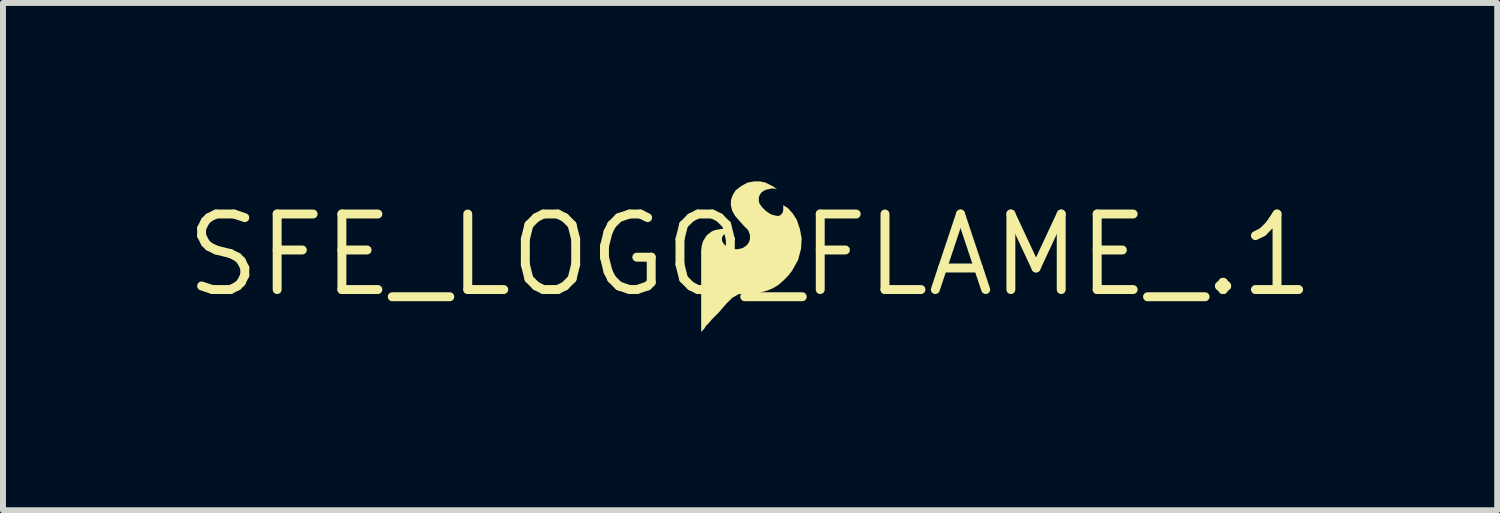
<source format=kicad_pcb>
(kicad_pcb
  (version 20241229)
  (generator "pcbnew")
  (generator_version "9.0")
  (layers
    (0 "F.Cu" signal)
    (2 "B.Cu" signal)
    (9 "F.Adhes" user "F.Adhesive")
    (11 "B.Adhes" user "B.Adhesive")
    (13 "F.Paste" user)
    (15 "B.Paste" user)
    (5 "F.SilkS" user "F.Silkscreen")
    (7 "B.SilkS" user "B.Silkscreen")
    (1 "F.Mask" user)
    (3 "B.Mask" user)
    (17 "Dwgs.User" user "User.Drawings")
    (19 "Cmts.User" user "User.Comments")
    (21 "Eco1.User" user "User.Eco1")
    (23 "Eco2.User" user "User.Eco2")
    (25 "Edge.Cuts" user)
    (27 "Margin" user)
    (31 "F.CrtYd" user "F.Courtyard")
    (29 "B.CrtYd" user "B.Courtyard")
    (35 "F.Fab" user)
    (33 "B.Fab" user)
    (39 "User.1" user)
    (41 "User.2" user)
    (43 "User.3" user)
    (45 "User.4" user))
  (footprint "SFE_LOGO_FLAME_.1"
    (layer "F.Cu")
    (at 9.563 1.239)
    (property "Reference" "SFE_LOGO_FLAME_.1" (at 0 0 0) (layer "F.SilkS") (effects (font (size 1.27 1.27) (thickness 0.15))))
    (attr through_hole)
    (fp_poly (pts (xy 0.557 -0.839) (xy 0.557 -0.749) (xy 0.547 -0.719) (xy 0.537 -0.699) (xy 0.507 -0.669) (xy 0.477 -0.659) (xy 0.447 -0.659) (xy 0.367 -0.679) (xy 0.327 -0.699) (xy 0.297 -0.719) (xy 0.257 -0.749) (xy 0.197 -0.809) (xy 0.157 -0.869) (xy 0.147 -0.909) (xy 0.147 -0.969) (xy 0.157 -0.999) (xy 0.167 -1.019) (xy 0.187 -1.049) (xy 0.227 -1.079) (xy 0.267 -1.099) (xy 0.317 -1.109) (xy 0.357 -1.119) (xy 0.417 -1.119) (xy 0.437 -1.109) (xy 0.447 -1.109) (xy 0.437 -1.119) (xy 0.397 -1.149) (xy 0.257 -1.219) (xy 0.167 -1.239) (xy 0.067 -1.239) (xy -0.043 -1.219) (xy -0.153 -1.159) (xy -0.243 -1.089) (xy -0.293 -1.009) (xy -0.323 -0.919) (xy -0.323 -0.839) (xy -0.303 -0.749) (xy -0.253 -0.659) (xy -0.183 -0.579) (xy -0.103 -0.489) (xy -0.033 -0.419) (xy -0.003 -0.339) (xy -0.003 -0.269) (xy -0.023 -0.209) (xy -0.063 -0.159) (xy -0.123 -0.119) (xy -0.203 -0.099) (xy -0.283 -0.099) (xy -0.333 -0.109) (xy -0.383 -0.129) (xy -0.443 -0.189) (xy -0.463 -0.219) (xy -0.473 -0.249) (xy -0.473 -0.289) (xy -0.463 -0.319) (xy -0.403 -0.379) (xy -0.373 -0.389) (xy -0.333 -0.409) (xy -0.323 -0.419) (xy -0.363 -0.439) (xy -0.483 -0.439) (xy -0.543 -0.429) (xy -0.593 -0.419) (xy -0.643 -0.399) (xy -0.683 -0.369) (xy -0.733 -0.329) (xy -0.793 -0.229) (xy -0.813 -0.159) (xy -0.823 -0.079) (xy -0.823 1.291) (xy -0.773 1.241) (xy -0.743 1.191) (xy -0.693 1.141) (xy -0.643 1.081) (xy -0.523 0.961) (xy -0.403 0.821) (xy -0.303 0.721) (xy -0.203 0.661) (xy -0.143 0.651) (xy 0.047 0.651) (xy 0.167 0.631) (xy 0.277 0.601) (xy 0.377 0.561) (xy 0.477 0.501) (xy 0.557 0.431) (xy 0.637 0.351) (xy 0.707 0.261) (xy 0.807 0.081) (xy 0.857 -0.109) (xy 0.867 -0.279) (xy 0.837 -0.439) (xy 0.787 -0.589) (xy 0.717 -0.699) (xy 0.637 -0.789)) (stroke (width 0) (type solid)) (fill yes) (layer "F.SilkS")))
  (gr_rect
    (start -3 -3)
    (end 22.125 5.53)
    (stroke (width 0.1) (type default))
    (fill no)
    (layer "Edge.Cuts")))
</source>
